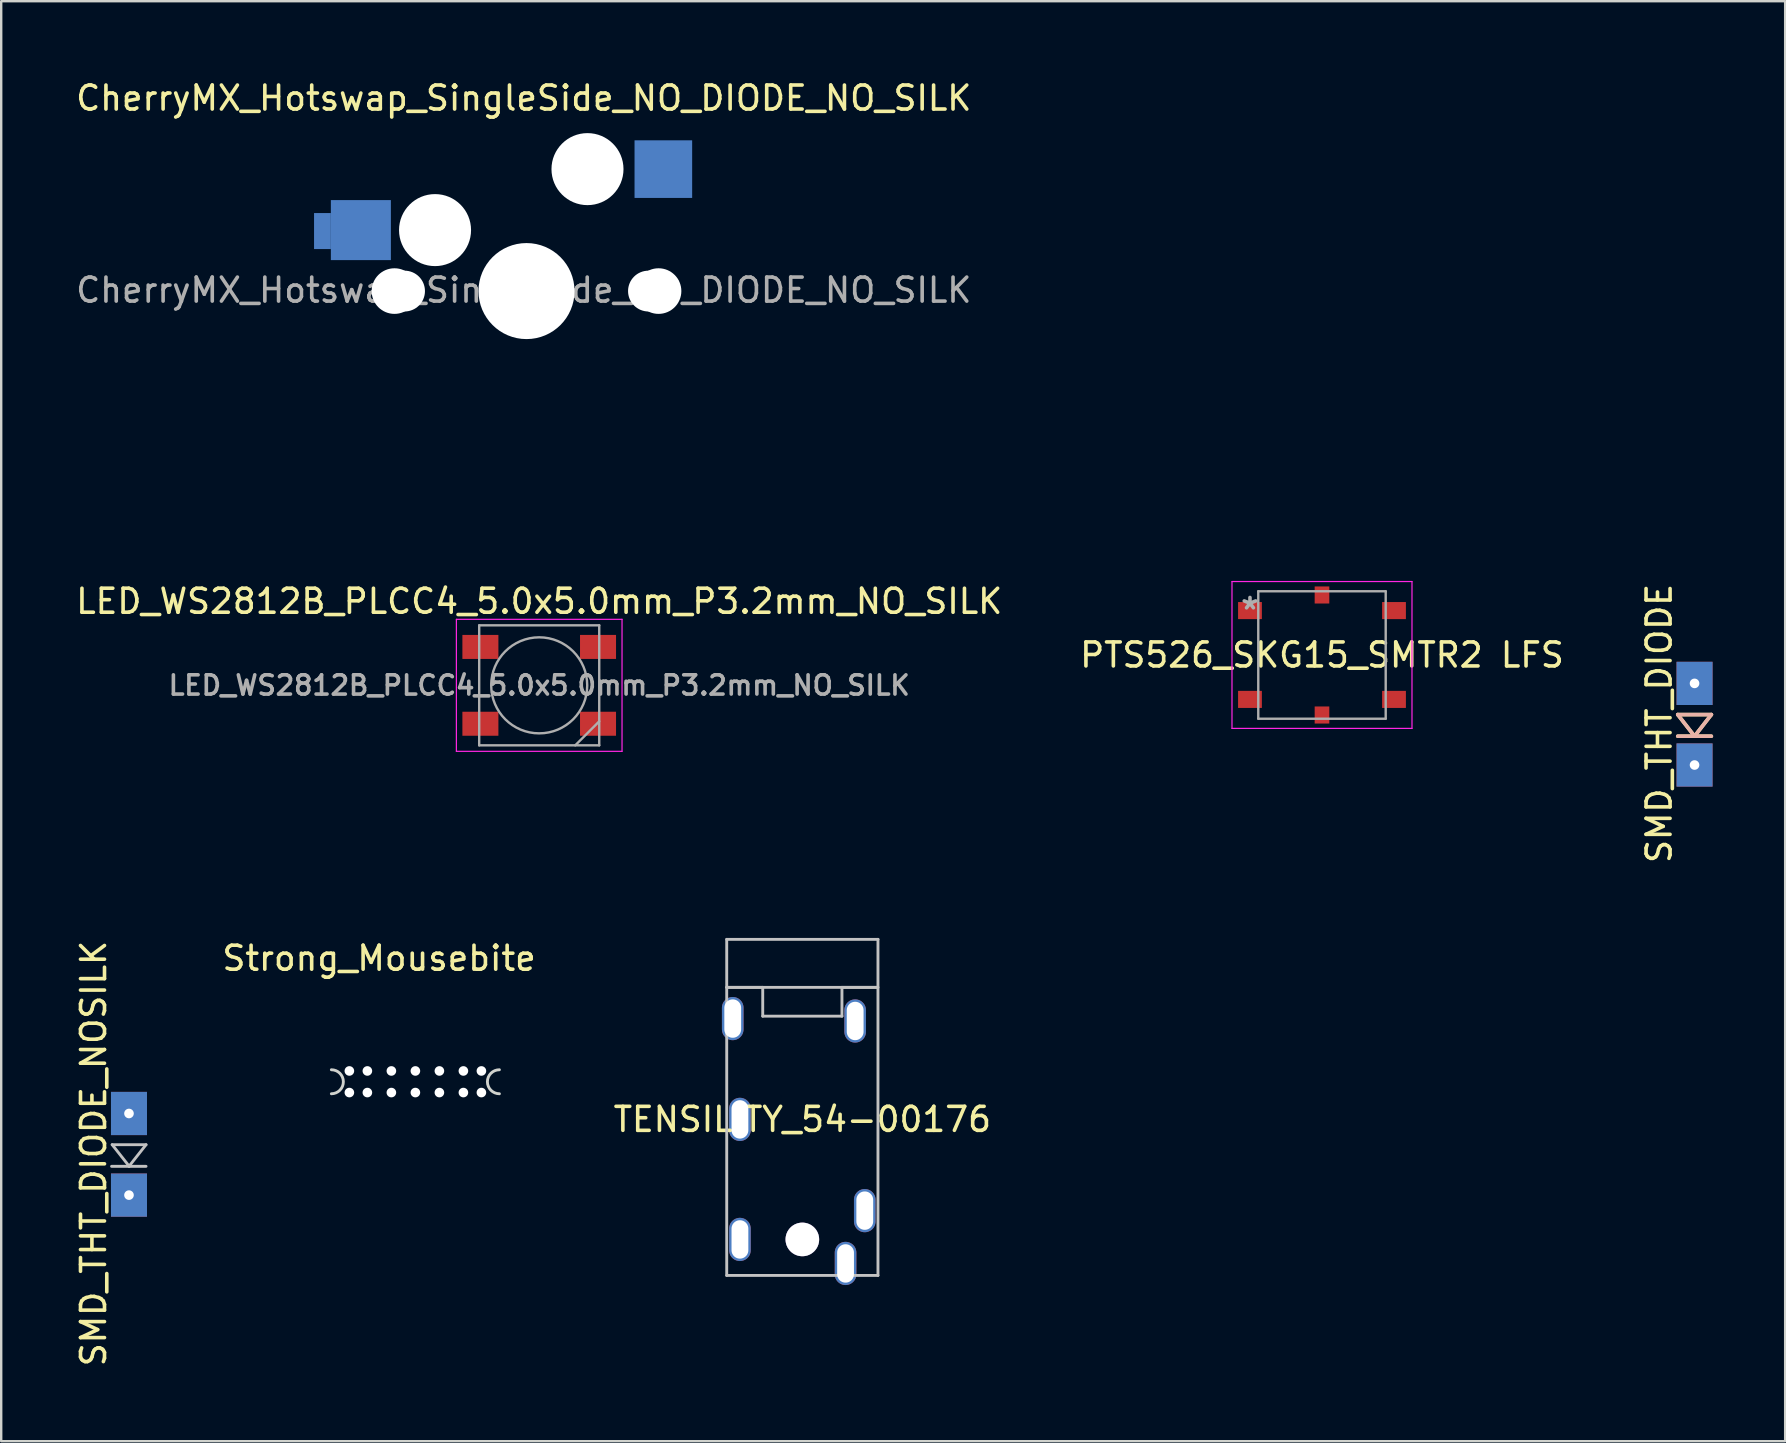
<source format=kicad_pcb>
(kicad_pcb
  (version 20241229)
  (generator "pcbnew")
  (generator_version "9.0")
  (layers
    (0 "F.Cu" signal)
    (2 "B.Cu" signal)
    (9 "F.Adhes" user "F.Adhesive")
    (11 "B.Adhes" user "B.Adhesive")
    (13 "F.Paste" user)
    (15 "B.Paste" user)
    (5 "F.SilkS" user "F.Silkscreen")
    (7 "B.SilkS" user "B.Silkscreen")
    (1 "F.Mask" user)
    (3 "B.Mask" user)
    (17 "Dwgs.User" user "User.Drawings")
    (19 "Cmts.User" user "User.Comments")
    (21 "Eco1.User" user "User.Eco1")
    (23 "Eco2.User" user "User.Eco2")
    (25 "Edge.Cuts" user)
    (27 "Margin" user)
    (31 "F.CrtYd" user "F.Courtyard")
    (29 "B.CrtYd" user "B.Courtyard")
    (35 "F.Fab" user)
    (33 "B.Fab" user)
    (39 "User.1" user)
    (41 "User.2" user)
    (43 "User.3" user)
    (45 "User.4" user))
  (footprint "LED_WS2812B_PLCC4_5.0x5.0mm_P3.2mm_NO_SILK"
    (layer "F.Cu")
    (at 19.411 25.498)
    (property "Reference" "LED_WS2812B_PLCC4_5.0x5.0mm_P3.2mm_NO_SILK" (at 0 -3.5 0) (layer "F.SilkS") (effects (font (size 1 1) (thickness 0.15))))
    (attr smd)
    (fp_line (start -3.45 -2.75) (end -3.45 2.75) (stroke (width 0.05) (type solid)) (layer "F.CrtYd"))
    (fp_line (start -3.45 2.75) (end 3.45 2.75) (stroke (width 0.05) (type solid)) (layer "F.CrtYd"))
    (fp_line (start 3.45 -2.75) (end -3.45 -2.75) (stroke (width 0.05) (type solid)) (layer "F.CrtYd"))
    (fp_line (start 3.45 2.75) (end 3.45 -2.75) (stroke (width 0.05) (type solid)) (layer "F.CrtYd"))
    (fp_line (start -2.5 -2.5) (end -2.5 2.5) (stroke (width 0.1) (type solid)) (layer "F.Fab"))
    (fp_line (start -2.5 2.5) (end 2.5 2.5) (stroke (width 0.1) (type solid)) (layer "F.Fab"))
    (fp_line (start 2.5 -2.5) (end -2.5 -2.5) (stroke (width 0.1) (type solid)) (layer "F.Fab"))
    (fp_line (start 2.5 1.5) (end 1.5 2.5) (stroke (width 0.1) (type solid)) (layer "F.Fab"))
    (fp_line (start 2.5 2.5) (end 2.5 -2.5) (stroke (width 0.1) (type solid)) (layer "F.Fab"))
    (fp_circle (center 0 0) (end 0 -2) (stroke (width 0.1) (type solid)) (fill no) (layer "F.Fab"))
    (fp_text user "${REFERENCE}" (at 0 0 0) (layer "F.Fab") (effects (font (size 0.8 0.8) (thickness 0.15))))
    (pad "1" smd rect (at -2.45 -1.6) (size 1.5 1) (layers "F.Cu" "F.Mask" "F.Paste"))
    (pad "2" smd rect (at -2.45 1.6) (size 1.5 1) (layers "F.Cu" "F.Mask" "F.Paste"))
    (pad "3" smd rect (at 2.45 1.6) (size 1.5 1) (layers "F.Cu" "F.Mask" "F.Paste"))
    (pad "4" smd rect (at 2.45 -1.6) (size 1.5 1) (layers "F.Cu" "F.Mask" "F.Paste")))
  (footprint "TENSILITY_54-00176"
    (layer "F.Cu")
    (at 30.372 43.079)
    (property "Reference" "TENSILITY_54-00176" (at 0 0.5 0) (layer "F.SilkS") (effects (font (size 1 1) (thickness 0.15))))
    (attr through_hole)
    (fp_line (start -3.15 -7) (end -3.15 7) (stroke (width 0.12) (type solid)) (layer "Dwgs.User"))
    (fp_line (start -3.15 -7) (end 3.15 -7) (stroke (width 0.12) (type solid)) (layer "Dwgs.User"))
    (fp_line (start -3.15 -5) (end 3.15 -5) (stroke (width 0.12) (type solid)) (layer "Dwgs.User"))
    (fp_line (start -3.15 7) (end 3.15 7) (stroke (width 0.12) (type solid)) (layer "Dwgs.User"))
    (fp_line (start -1.65 -5) (end -3.15 -5) (stroke (width 0.12) (type solid)) (layer "Dwgs.User"))
    (fp_line (start -1.65 -3.8) (end -1.65 -5) (stroke (width 0.12) (type solid)) (layer "Dwgs.User"))
    (fp_line (start -1.65 -3.8) (end 1.65 -3.8) (stroke (width 0.12) (type solid)) (layer "Dwgs.User"))
    (fp_line (start 1.65 -5) (end 3.137 -5) (stroke (width 0.12) (type solid)) (layer "Dwgs.User"))
    (fp_line (start 1.65 -3.8) (end 1.65 -5) (stroke (width 0.12) (type solid)) (layer "Dwgs.User"))
    (fp_line (start 3.15 -7) (end 3.15 7) (stroke (width 0.12) (type solid)) (layer "Dwgs.User"))
    (pad "" thru_hole circle (at 0 5.5) (size 1.4 1.4) (drill 1.4) (layers "*.Cu" "*.Mask"))
    (pad "5" thru_hole oval (at 1.8 6.5) (size 0.9 1.8) (drill oval 0.7 1.6) (layers "*.Cu" "*.Mask"))
    (pad "6" thru_hole oval (at -2.6 5.5) (size 0.9 1.8) (drill oval 0.7 1.6) (layers "*.Cu" "*.Mask"))
    (pad "R1" thru_hole oval (at -2.6 0.5) (size 0.9 1.8) (drill oval 0.7 1.6) (layers "*.Cu" "*.Mask"))
    (pad "R2" thru_hole oval (at 2.2 -3.6) (size 0.9 1.8) (drill oval 0.7 1.6) (layers "*.Cu" "*.Mask"))
    (pad "S" thru_hole oval (at -2.9 -3.7) (size 0.9 1.8) (drill oval 0.7 1.6) (layers "*.Cu" "*.Mask"))
    (pad "T" thru_hole oval (at 2.6 4.3) (size 0.9 1.8) (drill oval 0.7 1.6) (layers "*.Cu" "*.Mask")))
  (footprint "SMD_THT_DIODE_NOSILK"
    (layer "F.Cu")
    (at 2.258 45.001)
    (property "Reference" "SMD_THT_DIODE_NOSILK" (at -1.41 0 90) (layer "F.SilkS") (effects (font (size 1 1) (thickness 0.15))))
    (attr through_hole)
    (fp_line (start -0.66 0.533) (end 0.775 0.533) (stroke (width 0.12) (type solid)) (layer "Dwgs.User"))
    (fp_line (start 0.064 0.533) (end 0.775 -0.368) (stroke (width 0.12) (type solid)) (layer "Dwgs.User"))
    (fp_line (start 0.076 0.533) (end -0.635 -0.368) (stroke (width 0.12) (type solid)) (layer "Dwgs.User"))
    (fp_line (start 0.775 -0.368) (end -0.635 -0.368) (stroke (width 0.12) (type solid)) (layer "Dwgs.User"))
    (pad "" thru_hole rect (at 0.065 -1.668 90) (size 1.8 1.5) (drill 0.4) (layers "*.Cu" "*.Mask"))
    (pad "2" thru_hole rect (at 0.065 1.732 90) (size 1.8 1.5) (drill 0.4) (layers "*.Cu" "*.Mask")))
  (footprint "CherryMX_Hotswap_SingleSide_NO_DIODE_NO_SILK"
    (layer "F.Cu")
    (at 18.768 9.037)
    (property "Reference" "CherryMX_Hotswap_SingleSide_NO_DIODE_NO_SILK" (at 0 -8 0) (layer "F.SilkS") (effects (font (size 1 1) (thickness 0.15))))
    (attr through_hole)
    (fp_line (start -8.886 -8.962) (end 9.114 -8.962) (stroke (width 0.15) (type solid)) (layer "Eco2.User"))
    (fp_line (start -8.886 9.038) (end -8.886 -8.962) (stroke (width 0.15) (type solid)) (layer "Eco2.User"))
    (fp_line (start -6.986 -7.062) (end -6.986 7.138) (stroke (width 0.15) (type solid)) (layer "Eco2.User"))
    (fp_line (start -6.986 7.138) (end 7.214 7.138) (stroke (width 0.15) (type solid)) (layer "Eco2.User"))
    (fp_line (start 7.214 -7.062) (end -6.986 -7.062) (stroke (width 0.15) (type solid)) (layer "Eco2.User"))
    (fp_line (start 7.214 7.138) (end 7.214 -7.062) (stroke (width 0.15) (type solid)) (layer "Eco2.User"))
    (fp_line (start 9.114 -8.962) (end 9.114 9.038) (stroke (width 0.15) (type solid)) (layer "Eco2.User"))
    (fp_line (start 9.114 9.038) (end -8.886 9.038) (stroke (width 0.15) (type solid)) (layer "Eco2.User"))
    (fp_text user "${REFERENCE}" (at 0 0 0) (layer "F.Fab") (effects (font (size 1 1) (thickness 0.15))))
    (pad "" np_thru_hole circle (at -5.386 0.038 90) (size 1.9 1.9) (drill 1.9) (layers "*.Cu" "*.Mask"))
    (pad "" np_thru_hole circle (at -4.966 0.038) (size 1.7 1.7) (drill 1.7) (layers "*.Cu" "*.Mask"))
    (pad "" np_thru_hole circle (at -3.711 -2.542 180) (size 0.1 0.1) (drill 0.1) (layers "*.Cu" "*.Mask"))
    (pad "" np_thru_hole circle (at -3.696 -2.502 180) (size 3 3) (drill 3) (layers "*.Cu" "*.Mask"))
    (pad "" np_thru_hole circle (at 0.114 0.038 90) (size 4 4) (drill 4) (layers "*.Cu" "*.Mask"))
    (pad "" np_thru_hole circle (at 2.654 -5.042 180) (size 3 3) (drill 3) (layers "*.Cu" "*.Mask"))
    (pad "" np_thru_hole circle (at 5.194 0.038) (size 1.7 1.7) (drill 1.7) (layers "*.Cu" "*.Mask"))
    (pad "" np_thru_hole circle (at 5.614 0.038 90) (size 1.9 1.9) (drill 1.9) (layers "*.Cu" "*.Mask"))
    (pad "1" smd rect (at -8.386 -2.462) (size 0.7 1.5) (layers "B.Cu" "B.Mask" "B.Paste"))
    (pad "1" smd rect (at -6.786 -2.502 180) (size 2.5 2.5) (layers "B.Cu" "B.Mask" "B.Paste"))
    (pad "2" smd rect (at 5.814 -5.042 180) (size 2.4 2.4) (layers "B.Cu" "B.Mask" "B.Paste")))
  (footprint "Strong_Mousebite"
    (layer "F.Cu")
    (at 14.253 42.011)
    (property "Reference" "Strong_Mousebite" (at -1.511 -5.144 0) (layer "F.SilkS") (effects (font (size 1 1) (thickness 0.15))))
    (attr through_hole)
    (fp_arc (start -3.5 -0.5) (mid -3 0) (end -3.5 0.5) (stroke (width 0.12) (type solid)) (layer "Edge.Cuts"))
    (fp_arc (start 3.5 0.5) (mid 3 0) (end 3.5 -0.5) (stroke (width 0.12) (type solid)) (layer "Edge.Cuts"))
    (pad "" np_thru_hole circle (at -2.75 -0.45) (size 0.4 0.4) (drill 0.4) (layers "*.Cu" "*.Mask"))
    (pad "" np_thru_hole circle (at -2.75 0.45) (size 0.4 0.4) (drill 0.4) (layers "*.Cu" "*.Mask"))
    (pad "" np_thru_hole circle (at -2 -0.45) (size 0.4 0.4) (drill 0.4) (layers "*.Cu" "*.Mask"))
    (pad "" np_thru_hole circle (at -2 0.45) (size 0.4 0.4) (drill 0.4) (layers "*.Cu" "*.Mask"))
    (pad "" np_thru_hole circle (at -1 -0.45) (size 0.4 0.4) (drill 0.4) (layers "*.Cu" "*.Mask"))
    (pad "" np_thru_hole circle (at -1 0.45) (size 0.4 0.4) (drill 0.4) (layers "*.Cu" "*.Mask"))
    (pad "" np_thru_hole circle (at 0 -0.45) (size 0.4 0.4) (drill 0.4) (layers "*.Cu" "*.Mask"))
    (pad "" np_thru_hole circle (at 0 0.45) (size 0.4 0.4) (drill 0.4) (layers "*.Cu" "*.Mask"))
    (pad "" np_thru_hole circle (at 1 -0.45) (size 0.4 0.4) (drill 0.4) (layers "*.Cu" "*.Mask"))
    (pad "" np_thru_hole circle (at 1 0.45) (size 0.4 0.4) (drill 0.4) (layers "*.Cu" "*.Mask"))
    (pad "" np_thru_hole circle (at 2 -0.45 90) (size 0.4 0.4) (drill 0.4) (layers "*.Cu" "*.Mask"))
    (pad "" np_thru_hole circle (at 2 0.45) (size 0.4 0.4) (drill 0.4) (layers "*.Cu" "*.Mask"))
    (pad "" np_thru_hole circle (at 2.75 -0.45) (size 0.4 0.4) (drill 0.4) (layers "*.Cu" "*.Mask"))
    (pad "" np_thru_hole circle (at 2.75 0.45) (size 0.4 0.4) (drill 0.4) (layers "*.Cu" "*.Mask")))
  (footprint "PTS526_SKG15_SMTR2 LFS"
    (layer "F.Cu")
    (at 49.018 22.384)
    (property "Reference" "PTS526_SKG15_SMTR2 LFS" (at 3 1.85 0) (layer "F.SilkS") (effects (font (size 1 1) (thickness 0.15))))
    (attr through_hole)
    (fp_line (start -0.749 -1.209) (end -0.749 4.909) (stroke (width 0.05) (type solid)) (layer "F.CrtYd"))
    (fp_line (start -0.749 4.909) (end 6.749 4.909) (stroke (width 0.05) (type solid)) (layer "F.CrtYd"))
    (fp_line (start 6.749 -1.209) (end -0.749 -1.209) (stroke (width 0.05) (type solid)) (layer "F.CrtYd"))
    (fp_line (start 6.749 4.909) (end 6.749 -1.209) (stroke (width 0.05) (type solid)) (layer "F.CrtYd"))
    (fp_line (start 0.346 -0.804) (end 0.346 4.504) (stroke (width 0.1) (type solid)) (layer "F.Fab"))
    (fp_line (start 0.346 4.504) (end 5.654 4.504) (stroke (width 0.1) (type solid)) (layer "F.Fab"))
    (fp_line (start 5.654 -0.804) (end 0.346 -0.804) (stroke (width 0.1) (type solid)) (layer "F.Fab"))
    (fp_line (start 5.654 4.504) (end 5.654 -0.804) (stroke (width 0.1) (type solid)) (layer "F.Fab"))
    (fp_text user "Copyright 2021 Accelerated Designs. All rights reserved." (at 0 0 0) (layer "Cmts.User") (effects (font (size 0.127 0.127) (thickness 0.002))))
    (fp_text user "*" (at 0 0 0) (layer "F.Fab") (effects (font (size 1 1) (thickness 0.15))))
    (pad "1" smd rect (at 0 0.000001) (size 0.991 0.711) (layers "F.Cu" "F.Mask" "F.Paste"))
    (pad "1" smd rect (at 0 3.7) (size 0.991 0.711) (layers "F.Cu" "F.Mask" "F.Paste"))
    (pad "2" smd rect (at 6 0.000001) (size 0.991 0.711) (layers "F.Cu" "F.Mask" "F.Paste"))
    (pad "2" smd rect (at 6 3.7) (size 0.991 0.711) (layers "F.Cu" "F.Mask" "F.Paste"))
    (pad "5" smd rect (at 3 -0.65 90) (size 0.711 0.61) (layers "F.Cu" "F.Mask" "F.Paste"))
    (pad "6" smd rect (at 3 4.35 90) (size 0.711 0.61) (layers "F.Cu" "F.Mask" "F.Paste")))
  (footprint "SMD_THT_DIODE"
    (layer "F.Cu")
    (at 67.472 27.085)
    (property "Reference" "SMD_THT_DIODE" (at -1.41 0 90) (layer "F.SilkS") (effects (font (size 1 1) (thickness 0.15))))
    (attr through_hole)
    (fp_line (start -0.635 -0.368) (end 0.765 -0.368) (stroke (width 0.15) (type solid)) (layer "F.SilkS"))
    (fp_line (start -0.635 0.532) (end 0.765 0.532) (stroke (width 0.15) (type solid)) (layer "F.SilkS"))
    (fp_line (start 0.065 0.532) (end -0.635 -0.368) (stroke (width 0.15) (type solid)) (layer "F.SilkS"))
    (fp_line (start 0.765 -0.368) (end 0.065 0.532) (stroke (width 0.15) (type solid)) (layer "F.SilkS"))
    (fp_line (start -0.635 -0.368) (end 0.765 -0.368) (stroke (width 0.15) (type solid)) (layer "B.SilkS"))
    (fp_line (start -0.635 0.532) (end 0.765 0.532) (stroke (width 0.15) (type solid)) (layer "B.SilkS"))
    (fp_line (start 0.065 0.532) (end -0.635 -0.368) (stroke (width 0.15) (type solid)) (layer "B.SilkS"))
    (fp_line (start 0.765 -0.368) (end 0.065 0.532) (stroke (width 0.15) (type solid)) (layer "B.SilkS"))
    (pad "" thru_hole rect (at 0.065 -1.668 90) (size 1.8 1.5) (drill 0.4) (layers "*.Cu" "*.Mask"))
    (pad "2" thru_hole rect (at 0.065 1.732 90) (size 1.8 1.5) (drill 0.4) (layers "*.Cu" "*.Mask")))
  (gr_rect
    (start -3 -3)
    (end 71.312 56.983)
    (stroke (width 0.1) (type default))
    (fill no)
    (layer "Edge.Cuts")))
</source>
